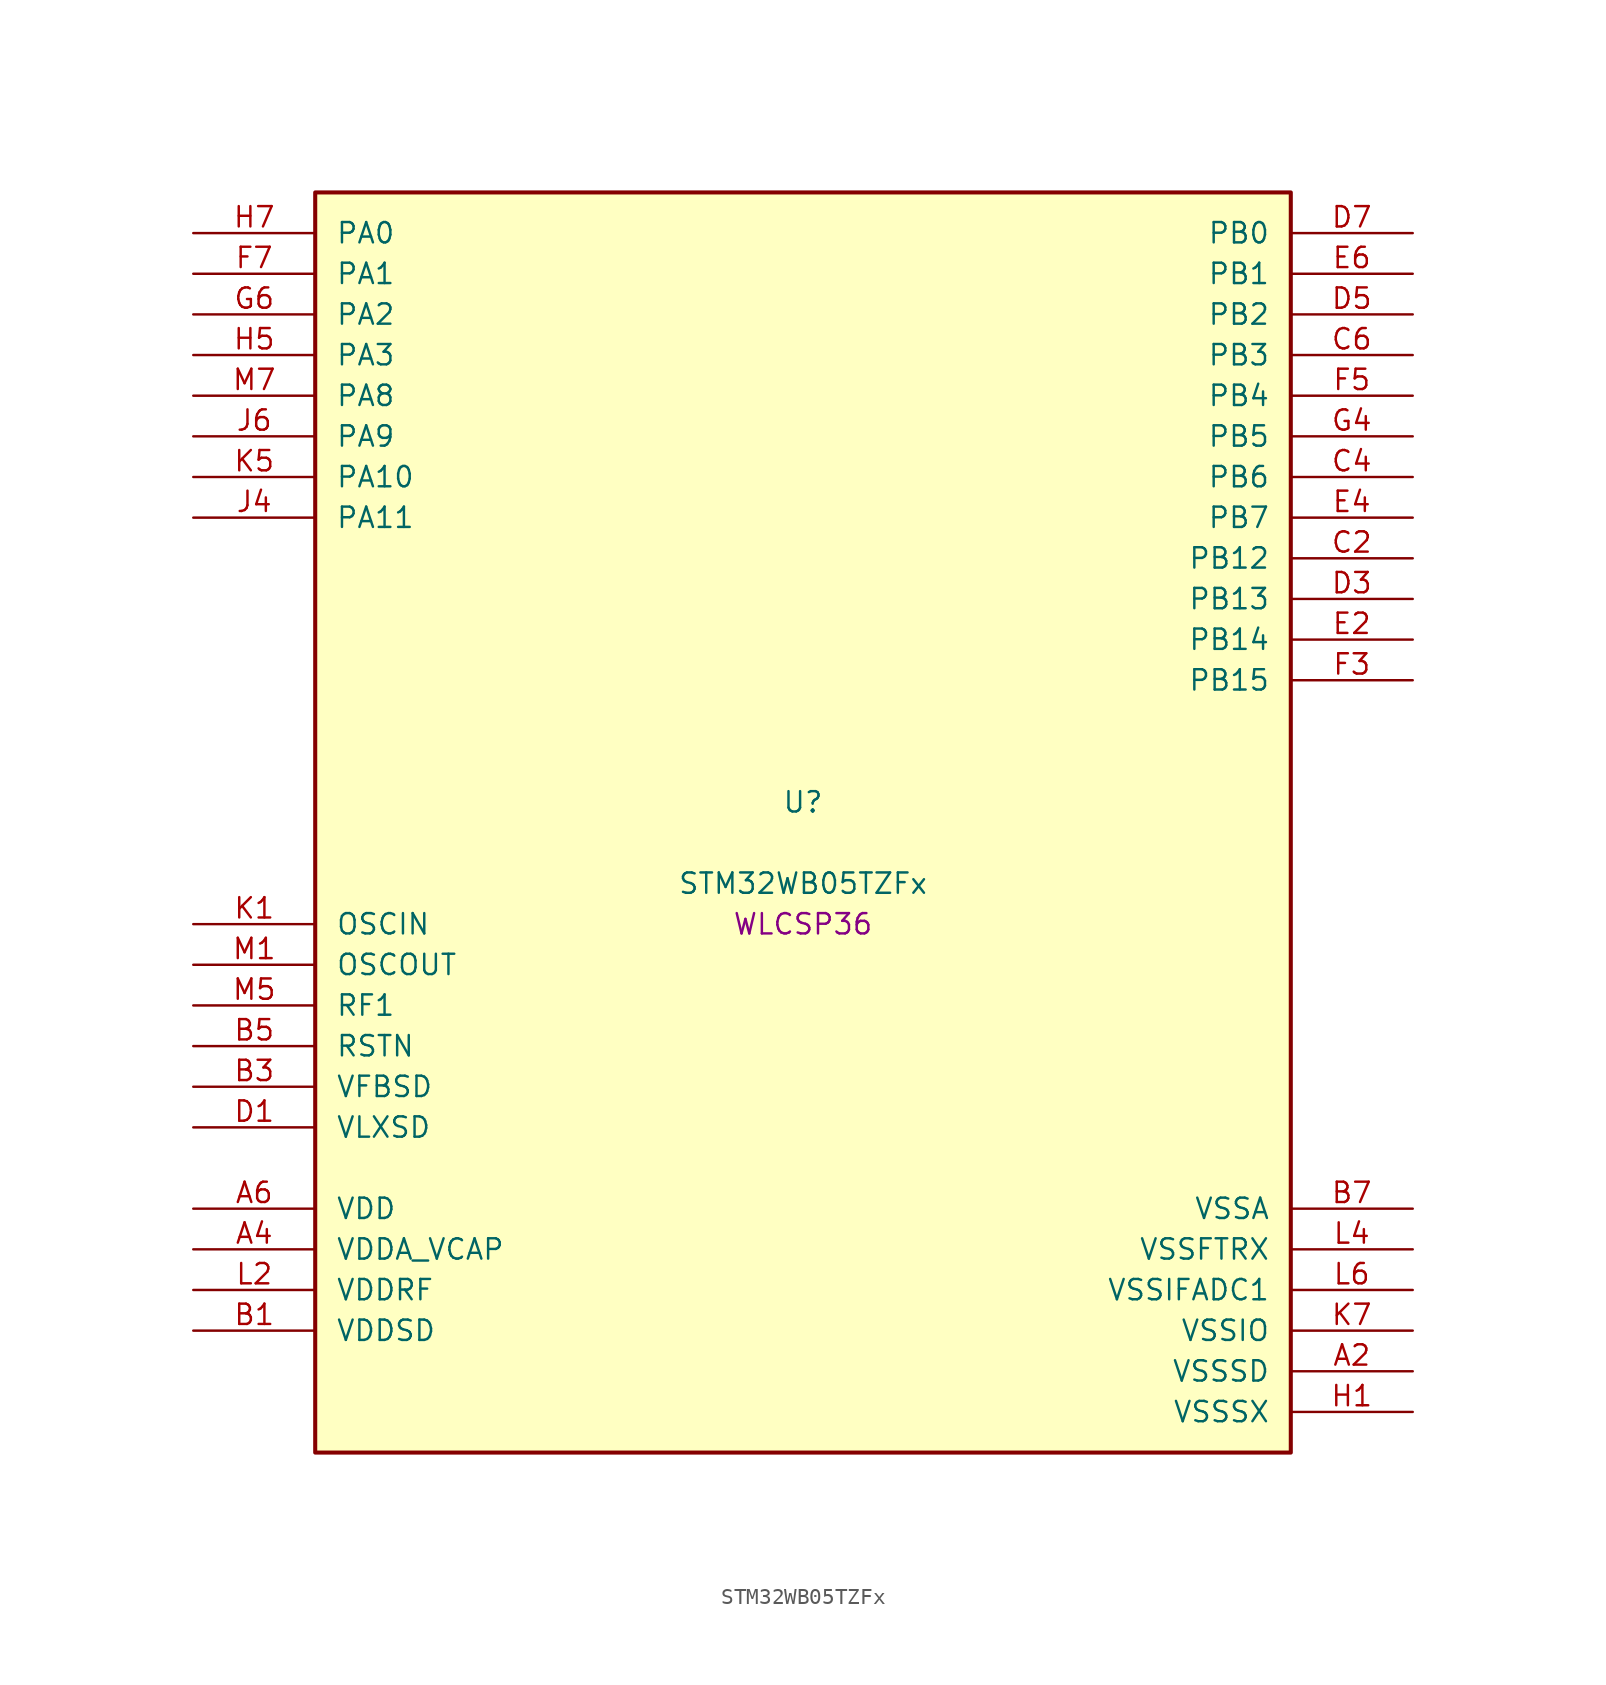
<source format=kicad_sym>
(kicad_symbol_lib
  (version 20241209)
  (generator "stm32_pkl_generator")
  (generator_version "1.0")
  (symbol "STM32WB05TZFx"
    (pin_names
      (offset 1.27))
    (property "Reference" "U"
      (at 0 2.54 0))
    (property "Value" "STM32WB05TZFx"
      (at 0 -2.54 0))
    (property "Footprint" "WLCSP36"
      (at 0 -5.08 0))
    (symbol "STM32WB05TZFx_1_1"
      (rectangle (start -30.48 40.64) (end 30.48 -38.1) (stroke (width 0.254) (type solid)) (fill (type background)))
      (pin bidirectional line (at -38.1 38.1 0) (length 7.62) (name "PA0") (number "H7") (alternate "PA0/I2C1_SCL" bidirectional line) (alternate "PA0/IR_OUT" bidirectional line) (alternate "PA0/PWR_WKUP12" bidirectional line) (alternate "PA0/TIM2_CH3" bidirectional line) (alternate "PA0/USART1_CTS" bidirectional line))
      (pin bidirectional line (at -38.1 35.56 0) (length 7.62) (name "PA1") (number "F7") (alternate "PA1/I2C1_SDA" bidirectional line) (alternate "PA1/IR_OUT" bidirectional line) (alternate "PA1/PWR_WKUP13" bidirectional line) (alternate "PA1/TIM2_CH4" bidirectional line) (alternate "PA1/USART1_TX" bidirectional line))
      (pin bidirectional line (at -38.1 33.02 0) (length 7.62) (name "PA2") (number "G6") (alternate "PA2/ADC1_VINM2" bidirectional line) (alternate "PA2/DEBUG_SWDIO" bidirectional line) (alternate "PA2/I2S3_MCK" bidirectional line) (alternate "PA2/PWR_WKUP14" bidirectional line) (alternate "PA2/TIM16_CH1" bidirectional line) (alternate "PA2/TIM2_CH1" bidirectional line) (alternate "PA2/USART1_CK" bidirectional line))
      (pin bidirectional line (at -38.1 30.48 0) (length 7.62) (name "PA3") (number "H5") (alternate "PA3/ADC1_VINP2" bidirectional line) (alternate "PA3/DEBUG_SWCLK" bidirectional line) (alternate "PA3/I2S3_SCK" bidirectional line) (alternate "PA3/PWR_WKUP15" bidirectional line) (alternate "PA3/SPI3_SCK" bidirectional line) (alternate "PA3/TIM16_CH1N" bidirectional line) (alternate "PA3/TIM2_CH2" bidirectional line) (alternate "PA3/USART1_DE" bidirectional line) (alternate "PA3/USART1_RTS" bidirectional line))
      (pin bidirectional line (at -38.1 27.94 0) (length 7.62) (name "PA8") (number "M7") (alternate "PA8/PWR_WKUP8" bidirectional line) (alternate "PA8/RADIO_RX_SEQUENCE" bidirectional line) (alternate "PA8/RTC_OUT" bidirectional line) (alternate "PA8/SPI3_MISO" bidirectional line) (alternate "PA8/TIM16_BK" bidirectional line) (alternate "PA8/TIM2_CH3" bidirectional line) (alternate "PA8/USART1_RX" bidirectional line))
      (pin bidirectional line (at -38.1 25.4 0) (length 7.62) (name "PA9") (number "J6") (alternate "PA9/I2S3_WS" bidirectional line) (alternate "PA9/PWR_WKUP9" bidirectional line) (alternate "PA9/RTC_OUT" bidirectional line) (alternate "PA9/SPI3_NSS" bidirectional line) (alternate "PA9/TIM17_CH1" bidirectional line) (alternate "PA9/TIM2_CH4" bidirectional line) (alternate "PA9/USART1_TX" bidirectional line))
      (pin bidirectional line (at -38.1 22.86 0) (length 7.62) (name "PA10") (number "K5") (alternate "PA10/I2S3_MCK" bidirectional line) (alternate "PA10/LPUART1_CTS" bidirectional line) (alternate "PA10/PWR_WKUP10" bidirectional line) (alternate "PA10/RADIO_TX_SEQUENCE" bidirectional line) (alternate "PA10/RCC_LCO" bidirectional line) (alternate "PA10/TIM17_CH1N" bidirectional line))
      (pin bidirectional line (at -38.1 20.32 0) (length 7.62) (name "PA11") (number "J4") (alternate "PA11/I2S3_SD" bidirectional line) (alternate "PA11/PWR_WKUP11" bidirectional line) (alternate "PA11/RADIO_RX_SEQUENCE" bidirectional line) (alternate "PA11/RCC_MCO" bidirectional line) (alternate "PA11/SPI3_MOSI" bidirectional line) (alternate "PA11/TIM17_BK" bidirectional line))
      (pin bidirectional line (at 38.1 38.1 180) (length 7.62) (name "PB0") (number "D7") (alternate "PB0/ADC1_VINM1" bidirectional line) (alternate "PB0/LPUART1_DE" bidirectional line) (alternate "PB0/LPUART1_RTS" bidirectional line) (alternate "PB0/PWR_WKUP0" bidirectional line) (alternate "PB0/RADIO_ANTENNA_ID_0" bidirectional line) (alternate "PB0/TIM16_CH1" bidirectional line) (alternate "PB0/USART1_RX" bidirectional line))
      (pin bidirectional line (at 38.1 35.56 180) (length 7.62) (name "PB1") (number "E6") (alternate "PB1/ADC1_VINP1" bidirectional line) (alternate "PB1/PWR_WKUP1" bidirectional line) (alternate "PB1/RADIO_ANTENNA_ID_1" bidirectional line) (alternate "PB1/TIM16_CH1N" bidirectional line) (alternate "PB1/TIM2_ETR" bidirectional line) (alternate "PB1/USART1_CK" bidirectional line))
      (pin bidirectional line (at 38.1 33.02 180) (length 7.62) (name "PB2") (number "D5") (alternate "PB2/ADC1_VINM0" bidirectional line) (alternate "PB2/PWR_WKUP2" bidirectional line) (alternate "PB2/RADIO_ANTENNA_ID_2" bidirectional line) (alternate "PB2/TIM16_BK" bidirectional line) (alternate "PB2/TIM2_CH3" bidirectional line) (alternate "PB2/USART1_DE" bidirectional line) (alternate "PB2/USART1_RTS" bidirectional line))
      (pin bidirectional line (at 38.1 30.48 180) (length 7.62) (name "PB3") (number "C6") (alternate "PB3/ADC1_VINP0" bidirectional line) (alternate "PB3/I2S3_SCK" bidirectional line) (alternate "PB3/LPUART1_TX" bidirectional line) (alternate "PB3/PWR_WKUP3" bidirectional line) (alternate "PB3/RADIO_ANTENNA_ID_3" bidirectional line) (alternate "PB3/SPI3_SCK" bidirectional line) (alternate "PB3/TIM17_CH1" bidirectional line) (alternate "PB3/TIM2_CH4" bidirectional line) (alternate "PB3/USART1_CTS" bidirectional line))
      (pin bidirectional line (at 38.1 27.94 180) (length 7.62) (name "PB4") (number "F5") (alternate "PB4/ADC1_VINM3" bidirectional line) (alternate "PB4/LPUART1_TX" bidirectional line) (alternate "PB4/PWR_WKUP4" bidirectional line) (alternate "PB4/RADIO_ANTENNA_ID_4" bidirectional line) (alternate "PB4/TIM17_CH1N" bidirectional line) (alternate "PB4/TIM2_CH1" bidirectional line))
      (pin bidirectional line (at 38.1 25.4 180) (length 7.62) (name "PB5") (number "G4") (alternate "PB5/ADC1_VINP3" bidirectional line) (alternate "PB5/LPUART1_RX" bidirectional line) (alternate "PB5/PWR_WKUP5" bidirectional line) (alternate "PB5/RADIO_ANTENNA_ID_5" bidirectional line) (alternate "PB5/TIM17_BK" bidirectional line) (alternate "PB5/TIM2_CH2" bidirectional line))
      (pin bidirectional line (at 38.1 22.86 180) (length 7.62) (name "PB6") (number "C4") (alternate "PB6/I2C1_SCL" bidirectional line) (alternate "PB6/LPUART1_TX" bidirectional line) (alternate "PB6/PWR_WKUP6" bidirectional line) (alternate "PB6/RADIO_ANTENNA_ID_6" bidirectional line) (alternate "PB6/TIM17_CH1" bidirectional line) (alternate "PB6/TIM2_CH1" bidirectional line))
      (pin bidirectional line (at 38.1 20.32 180) (length 7.62) (name "PB7") (number "E4") (alternate "PB7/I2C1_SDA" bidirectional line) (alternate "PB7/LPUART1_RX" bidirectional line) (alternate "PB7/PWR_WKUP7" bidirectional line) (alternate "PB7/RADIO_ACTIVITY" bidirectional line) (alternate "PB7/TIM2_CH2" bidirectional line) (alternate "PB7/USART1_CTS" bidirectional line))
      (pin bidirectional line (at 38.1 17.78 180) (length 7.62) (name "PB12") (number "C2") (alternate "PB12/LPUART1_CTS" bidirectional line) (alternate "PB12/PWR_WKUP16" bidirectional line) (alternate "PB12/RCC_LCO" bidirectional line) (alternate "PB12/RCC_OSC32_OUT" bidirectional line) (alternate "PB12/TIM2_CH3" bidirectional line))
      (pin bidirectional line (at 38.1 15.24 180) (length 7.62) (name "PB13") (number "D3") (alternate "PB13/PWR_WKUP17" bidirectional line) (alternate "PB13/RCC_OSC32_IN" bidirectional line) (alternate "PB13/TIM2_CH4" bidirectional line))
      (pin bidirectional line (at 38.1 12.7 180) (length 7.62) (name "PB14") (number "E2") (alternate "PB14/I2C1_SDA" bidirectional line) (alternate "PB14/PWR_PVD_IN" bidirectional line) (alternate "PB14/PWR_WKUP18" bidirectional line) (alternate "PB14/RADIO_TX_SEQUENCE" bidirectional line) (alternate "PB14/RCC_MCO" bidirectional line) (alternate "PB14/TIM2_ETR" bidirectional line) (alternate "PB14/USART1_RX" bidirectional line))
      (pin bidirectional line (at 38.1 10.16 180) (length 7.62) (name "PB15") (number "F3") (alternate "PB15/PWR_WKUP19" bidirectional line) (alternate "PB15/USART1_TX" bidirectional line))
      (pin bidirectional line (at -38.1 -5.08 0) (length 7.62) (name "OSCIN") (number "K1") (alternate "OSCIN/RCC_OSC_IN" bidirectional line))
      (pin bidirectional line (at -38.1 -7.62 0) (length 7.62) (name "OSCOUT") (number "M1") (alternate "OSCOUT/RCC_OSC_OUT" bidirectional line))
      (pin bidirectional line (at -38.1 -10.16 0) (length 7.62) (name "RF1") (number "M5") (alternate "RF1/RADIO_RF1" bidirectional line))
      (pin power_in line (at -38.1 -12.7 0) (length 7.62) (name "RSTN") (number "B5"))
      (pin power_in line (at -38.1 -15.24 0) (length 7.62) (name "VFBSD") (number "B3"))
      (pin power_in line (at -38.1 -17.78 0) (length 7.62) (name "VLXSD") (number "D1"))
      (pin power_in line (at -38.1 -22.86 0) (length 7.62) (name "VDD") (number "A6"))
      (pin power_in line (at -38.1 -25.4 0) (length 7.62) (name "VDDA_VCAP") (number "A4"))
      (pin power_in line (at -38.1 -27.94 0) (length 7.62) (name "VDDRF") (number "L2"))
      (pin power_in line (at -38.1 -30.48 0) (length 7.62) (name "VDDSD") (number "B1"))
      (pin power_in line (at 38.1 -22.86 180) (length 7.62) (name "VSSA") (number "B7"))
      (pin power_in line (at 38.1 -25.4 180) (length 7.62) (name "VSSFTRX") (number "L4"))
      (pin power_in line (at 38.1 -27.94 180) (length 7.62) (name "VSSIFADC1") (number "L6"))
      (pin power_in line (at 38.1 -30.48 180) (length 7.62) (name "VSSIO") (number "K7"))
      (pin power_in line (at 38.1 -33.02 180) (length 7.62) (name "VSSSD") (number "A2"))
      (pin power_in line (at 38.1 -35.56 180) (length 7.62) (name "VSSSX") (number "H1")))))
</source>
